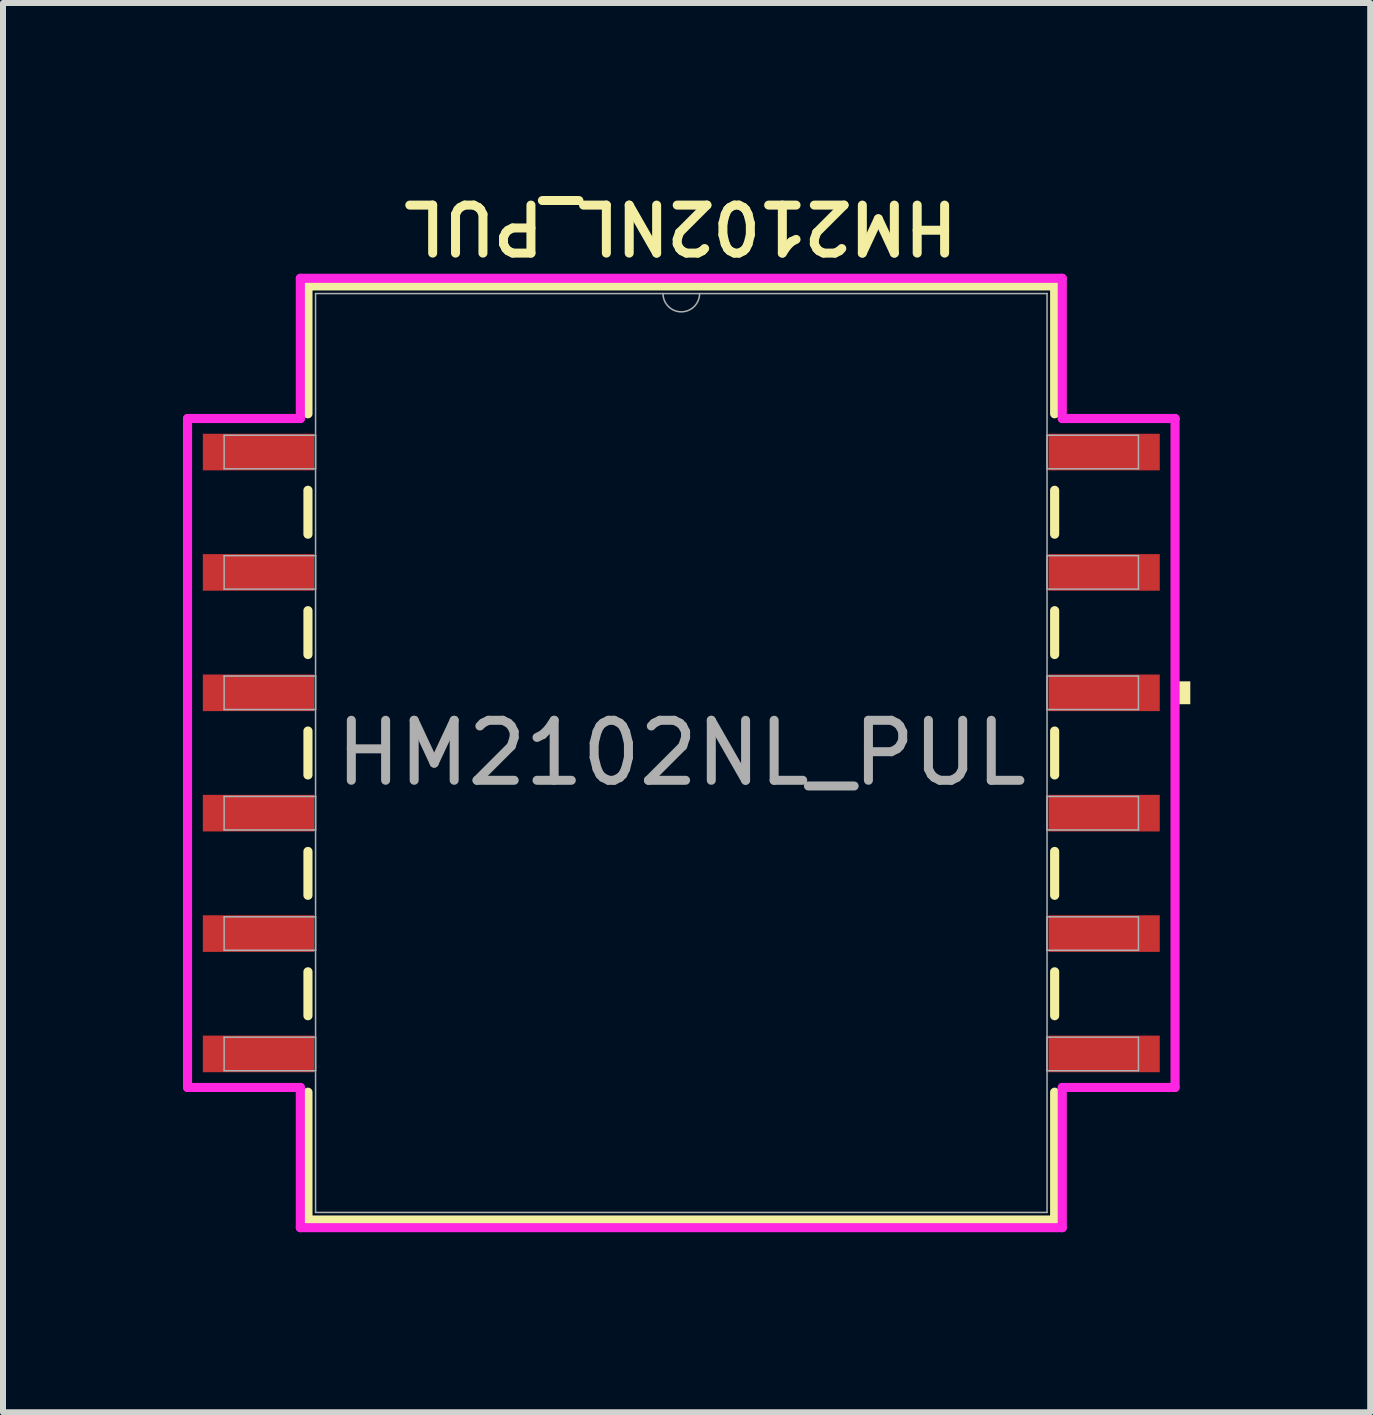
<source format=kicad_pcb>
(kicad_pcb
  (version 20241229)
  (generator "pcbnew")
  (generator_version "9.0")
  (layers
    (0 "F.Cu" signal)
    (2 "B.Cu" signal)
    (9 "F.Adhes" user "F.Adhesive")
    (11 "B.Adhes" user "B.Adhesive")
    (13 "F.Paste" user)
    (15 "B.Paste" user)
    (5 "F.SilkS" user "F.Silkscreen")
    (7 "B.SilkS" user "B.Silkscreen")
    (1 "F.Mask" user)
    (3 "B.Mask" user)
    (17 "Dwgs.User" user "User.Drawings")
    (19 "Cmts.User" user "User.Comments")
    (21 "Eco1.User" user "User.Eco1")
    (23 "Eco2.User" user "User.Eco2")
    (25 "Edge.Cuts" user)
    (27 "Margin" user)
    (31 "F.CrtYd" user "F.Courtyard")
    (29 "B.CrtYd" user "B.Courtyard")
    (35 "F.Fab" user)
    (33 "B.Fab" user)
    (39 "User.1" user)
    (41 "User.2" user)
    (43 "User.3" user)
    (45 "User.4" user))
  (footprint "HM2102NL_PUL"
    (layer "F.Cu")
    (at 8.306 9.501)
    (property "Reference" "HM2102NL_PUL" (at -0.011 -8.77 180) (unlocked yes) (layer "F.SilkS") (effects (font (size 0.8 0.8) (thickness 0.15))))
    (attr smd)
    (fp_line (start -6.223 -7.785) (end -6.223 -5.654) (stroke (width 0.152) (type solid)) (layer "F.SilkS"))
    (fp_line (start -6.223 -4.379) (end -6.223 -3.647) (stroke (width 0.152) (type solid)) (layer "F.SilkS"))
    (fp_line (start -6.223 -2.372) (end -6.223 -1.641) (stroke (width 0.152) (type solid)) (layer "F.SilkS"))
    (fp_line (start -6.223 -0.366) (end -6.223 0.366) (stroke (width 0.152) (type solid)) (layer "F.SilkS"))
    (fp_line (start -6.223 1.641) (end -6.223 2.372) (stroke (width 0.152) (type solid)) (layer "F.SilkS"))
    (fp_line (start -6.223 3.647) (end -6.223 4.379) (stroke (width 0.152) (type solid)) (layer "F.SilkS"))
    (fp_line (start -6.223 5.654) (end -6.223 7.785) (stroke (width 0.152) (type solid)) (layer "F.SilkS"))
    (fp_line (start -6.223 7.785) (end 6.223 7.785) (stroke (width 0.152) (type solid)) (layer "F.SilkS"))
    (fp_line (start 6.223 -7.785) (end -6.223 -7.785) (stroke (width 0.152) (type solid)) (layer "F.SilkS"))
    (fp_line (start 6.223 -5.654) (end 6.223 -7.785) (stroke (width 0.152) (type solid)) (layer "F.SilkS"))
    (fp_line (start 6.223 -3.647) (end 6.223 -4.379) (stroke (width 0.152) (type solid)) (layer "F.SilkS"))
    (fp_line (start 6.223 -1.641) (end 6.223 -2.372) (stroke (width 0.152) (type solid)) (layer "F.SilkS"))
    (fp_line (start 6.223 0.366) (end 6.223 -0.366) (stroke (width 0.152) (type solid)) (layer "F.SilkS"))
    (fp_line (start 6.223 2.372) (end 6.223 1.641) (stroke (width 0.152) (type solid)) (layer "F.SilkS"))
    (fp_line (start 6.223 4.379) (end 6.223 3.647) (stroke (width 0.152) (type solid)) (layer "F.SilkS"))
    (fp_line (start 6.223 7.785) (end 6.223 5.654) (stroke (width 0.152) (type solid)) (layer "F.SilkS"))
    (fp_poly (pts (xy 8.484 -1.194) (xy 8.484 -0.813) (xy 8.23 -0.813) (xy 8.23 -1.194)) (stroke (width 0) (type solid)) (fill yes) (layer "F.SilkS"))
    (fp_line (start -8.23 -5.575) (end -6.35 -5.575) (stroke (width 0.152) (type solid)) (layer "F.CrtYd"))
    (fp_line (start -8.23 5.575) (end -8.23 -5.575) (stroke (width 0.152) (type solid)) (layer "F.CrtYd"))
    (fp_line (start -8.23 5.575) (end -6.35 5.575) (stroke (width 0.152) (type solid)) (layer "F.CrtYd"))
    (fp_line (start -6.35 -7.912) (end 6.35 -7.912) (stroke (width 0.152) (type solid)) (layer "F.CrtYd"))
    (fp_line (start -6.35 -5.575) (end -6.35 -7.912) (stroke (width 0.152) (type solid)) (layer "F.CrtYd"))
    (fp_line (start -6.35 7.912) (end -6.35 5.575) (stroke (width 0.152) (type solid)) (layer "F.CrtYd"))
    (fp_line (start 6.35 -7.912) (end 6.35 -5.575) (stroke (width 0.152) (type solid)) (layer "F.CrtYd"))
    (fp_line (start 6.35 5.575) (end 6.35 7.912) (stroke (width 0.152) (type solid)) (layer "F.CrtYd"))
    (fp_line (start 6.35 7.912) (end -6.35 7.912) (stroke (width 0.152) (type solid)) (layer "F.CrtYd"))
    (fp_line (start 8.23 -5.575) (end 6.35 -5.575) (stroke (width 0.152) (type solid)) (layer "F.CrtYd"))
    (fp_line (start 8.23 -5.575) (end 8.23 5.575) (stroke (width 0.152) (type solid)) (layer "F.CrtYd"))
    (fp_line (start 8.23 5.575) (end 6.35 5.575) (stroke (width 0.152) (type solid)) (layer "F.CrtYd"))
    (fp_line (start -7.62 -5.296) (end -7.62 -4.737) (stroke (width 0.025) (type solid)) (layer "F.Fab"))
    (fp_line (start -7.62 -4.737) (end -6.096 -4.737) (stroke (width 0.025) (type solid)) (layer "F.Fab"))
    (fp_line (start -7.62 -3.289) (end -7.62 -2.731) (stroke (width 0.025) (type solid)) (layer "F.Fab"))
    (fp_line (start -7.62 -2.731) (end -6.096 -2.731) (stroke (width 0.025) (type solid)) (layer "F.Fab"))
    (fp_line (start -7.62 -1.283) (end -7.62 -0.724) (stroke (width 0.025) (type solid)) (layer "F.Fab"))
    (fp_line (start -7.62 -0.724) (end -6.096 -0.724) (stroke (width 0.025) (type solid)) (layer "F.Fab"))
    (fp_line (start -7.62 0.724) (end -7.62 1.283) (stroke (width 0.025) (type solid)) (layer "F.Fab"))
    (fp_line (start -7.62 1.283) (end -6.096 1.283) (stroke (width 0.025) (type solid)) (layer "F.Fab"))
    (fp_line (start -7.62 2.731) (end -7.62 3.289) (stroke (width 0.025) (type solid)) (layer "F.Fab"))
    (fp_line (start -7.62 3.289) (end -6.096 3.289) (stroke (width 0.025) (type solid)) (layer "F.Fab"))
    (fp_line (start -7.62 4.737) (end -7.62 5.296) (stroke (width 0.025) (type solid)) (layer "F.Fab"))
    (fp_line (start -7.62 5.296) (end -6.096 5.296) (stroke (width 0.025) (type solid)) (layer "F.Fab"))
    (fp_line (start -6.096 -7.658) (end -6.096 7.658) (stroke (width 0.025) (type solid)) (layer "F.Fab"))
    (fp_line (start -6.096 -5.296) (end -7.62 -5.296) (stroke (width 0.025) (type solid)) (layer "F.Fab"))
    (fp_line (start -6.096 -4.737) (end -6.096 -5.296) (stroke (width 0.025) (type solid)) (layer "F.Fab"))
    (fp_line (start -6.096 -3.289) (end -7.62 -3.289) (stroke (width 0.025) (type solid)) (layer "F.Fab"))
    (fp_line (start -6.096 -2.731) (end -6.096 -3.289) (stroke (width 0.025) (type solid)) (layer "F.Fab"))
    (fp_line (start -6.096 -1.283) (end -7.62 -1.283) (stroke (width 0.025) (type solid)) (layer "F.Fab"))
    (fp_line (start -6.096 -0.724) (end -6.096 -1.283) (stroke (width 0.025) (type solid)) (layer "F.Fab"))
    (fp_line (start -6.096 0.724) (end -7.62 0.724) (stroke (width 0.025) (type solid)) (layer "F.Fab"))
    (fp_line (start -6.096 1.283) (end -6.096 0.724) (stroke (width 0.025) (type solid)) (layer "F.Fab"))
    (fp_line (start -6.096 2.731) (end -7.62 2.731) (stroke (width 0.025) (type solid)) (layer "F.Fab"))
    (fp_line (start -6.096 3.289) (end -6.096 2.731) (stroke (width 0.025) (type solid)) (layer "F.Fab"))
    (fp_line (start -6.096 4.737) (end -7.62 4.737) (stroke (width 0.025) (type solid)) (layer "F.Fab"))
    (fp_line (start -6.096 5.296) (end -6.096 4.737) (stroke (width 0.025) (type solid)) (layer "F.Fab"))
    (fp_line (start -6.096 7.658) (end 6.096 7.658) (stroke (width 0.025) (type solid)) (layer "F.Fab"))
    (fp_line (start 6.096 -7.658) (end -6.096 -7.658) (stroke (width 0.025) (type solid)) (layer "F.Fab"))
    (fp_line (start 6.096 -5.296) (end 6.096 -4.737) (stroke (width 0.025) (type solid)) (layer "F.Fab"))
    (fp_line (start 6.096 -4.737) (end 7.62 -4.737) (stroke (width 0.025) (type solid)) (layer "F.Fab"))
    (fp_line (start 6.096 -3.289) (end 6.096 -2.731) (stroke (width 0.025) (type solid)) (layer "F.Fab"))
    (fp_line (start 6.096 -2.731) (end 7.62 -2.731) (stroke (width 0.025) (type solid)) (layer "F.Fab"))
    (fp_line (start 6.096 -1.283) (end 6.096 -0.724) (stroke (width 0.025) (type solid)) (layer "F.Fab"))
    (fp_line (start 6.096 -0.724) (end 7.62 -0.724) (stroke (width 0.025) (type solid)) (layer "F.Fab"))
    (fp_line (start 6.096 0.724) (end 6.096 1.283) (stroke (width 0.025) (type solid)) (layer "F.Fab"))
    (fp_line (start 6.096 1.283) (end 7.62 1.283) (stroke (width 0.025) (type solid)) (layer "F.Fab"))
    (fp_line (start 6.096 2.731) (end 6.096 3.289) (stroke (width 0.025) (type solid)) (layer "F.Fab"))
    (fp_line (start 6.096 3.289) (end 7.62 3.289) (stroke (width 0.025) (type solid)) (layer "F.Fab"))
    (fp_line (start 6.096 4.737) (end 6.096 5.296) (stroke (width 0.025) (type solid)) (layer "F.Fab"))
    (fp_line (start 6.096 5.296) (end 7.62 5.296) (stroke (width 0.025) (type solid)) (layer "F.Fab"))
    (fp_line (start 6.096 7.658) (end 6.096 -7.658) (stroke (width 0.025) (type solid)) (layer "F.Fab"))
    (fp_line (start 7.62 -5.296) (end 6.096 -5.296) (stroke (width 0.025) (type solid)) (layer "F.Fab"))
    (fp_line (start 7.62 -4.737) (end 7.62 -5.296) (stroke (width 0.025) (type solid)) (layer "F.Fab"))
    (fp_line (start 7.62 -3.289) (end 6.096 -3.289) (stroke (width 0.025) (type solid)) (layer "F.Fab"))
    (fp_line (start 7.62 -2.731) (end 7.62 -3.289) (stroke (width 0.025) (type solid)) (layer "F.Fab"))
    (fp_line (start 7.62 -1.283) (end 6.096 -1.283) (stroke (width 0.025) (type solid)) (layer "F.Fab"))
    (fp_line (start 7.62 -0.724) (end 7.62 -1.283) (stroke (width 0.025) (type solid)) (layer "F.Fab"))
    (fp_line (start 7.62 0.724) (end 6.096 0.724) (stroke (width 0.025) (type solid)) (layer "F.Fab"))
    (fp_line (start 7.62 1.283) (end 7.62 0.724) (stroke (width 0.025) (type solid)) (layer "F.Fab"))
    (fp_line (start 7.62 2.731) (end 6.096 2.731) (stroke (width 0.025) (type solid)) (layer "F.Fab"))
    (fp_line (start 7.62 3.289) (end 7.62 2.731) (stroke (width 0.025) (type solid)) (layer "F.Fab"))
    (fp_line (start 7.62 4.737) (end 6.096 4.737) (stroke (width 0.025) (type solid)) (layer "F.Fab"))
    (fp_line (start 7.62 5.296) (end 7.62 4.737) (stroke (width 0.025) (type solid)) (layer "F.Fab"))
    (fp_arc (start 0.3048 -7.6581) (mid 0 -7.3533) (end -0.3048 -7.6581) (stroke (width 0.0254) (type solid)) (layer "F.Fab"))
    (fp_text user "${REFERENCE}" (at 0 0 0) (unlocked yes) (layer "F.Fab") (effects (font (size 1 1) (thickness 0.15))))
    (pad "1" smd rect (at -7.048 -5.016) (size 1.854 0.61) (layers "F.Cu" "F.Mask" "F.Paste"))
    (pad "2" smd rect (at -7.048 -3.01) (size 1.854 0.61) (layers "F.Cu" "F.Mask" "F.Paste"))
    (pad "3" smd rect (at -7.048 -1.003) (size 1.854 0.61) (layers "F.Cu" "F.Mask" "F.Paste"))
    (pad "4" smd rect (at -7.048 1.003) (size 1.854 0.61) (layers "F.Cu" "F.Mask" "F.Paste"))
    (pad "5" smd rect (at -7.048 3.01) (size 1.854 0.61) (layers "F.Cu" "F.Mask" "F.Paste"))
    (pad "6" smd rect (at -7.048 5.016) (size 1.854 0.61) (layers "F.Cu" "F.Mask" "F.Paste"))
    (pad "7" smd rect (at 7.048 5.016) (size 1.854 0.61) (layers "F.Cu" "F.Mask" "F.Paste"))
    (pad "8" smd rect (at 7.048 3.01) (size 1.854 0.61) (layers "F.Cu" "F.Mask" "F.Paste"))
    (pad "9" smd rect (at 7.048 1.003) (size 1.854 0.61) (layers "F.Cu" "F.Mask" "F.Paste"))
    (pad "10" smd rect (at 7.048 -1.003) (size 1.854 0.61) (layers "F.Cu" "F.Mask" "F.Paste"))
    (pad "11" smd rect (at 7.048 -3.01) (size 1.854 0.61) (layers "F.Cu" "F.Mask" "F.Paste"))
    (pad "12" smd rect (at 7.048 -5.016) (size 1.854 0.61) (layers "F.Cu" "F.Mask" "F.Paste")))
  (gr_rect
    (start -3 -3)
    (end 19.789 20.49)
    (stroke (width 0.1) (type default))
    (fill no)
    (layer "Edge.Cuts")))
</source>
